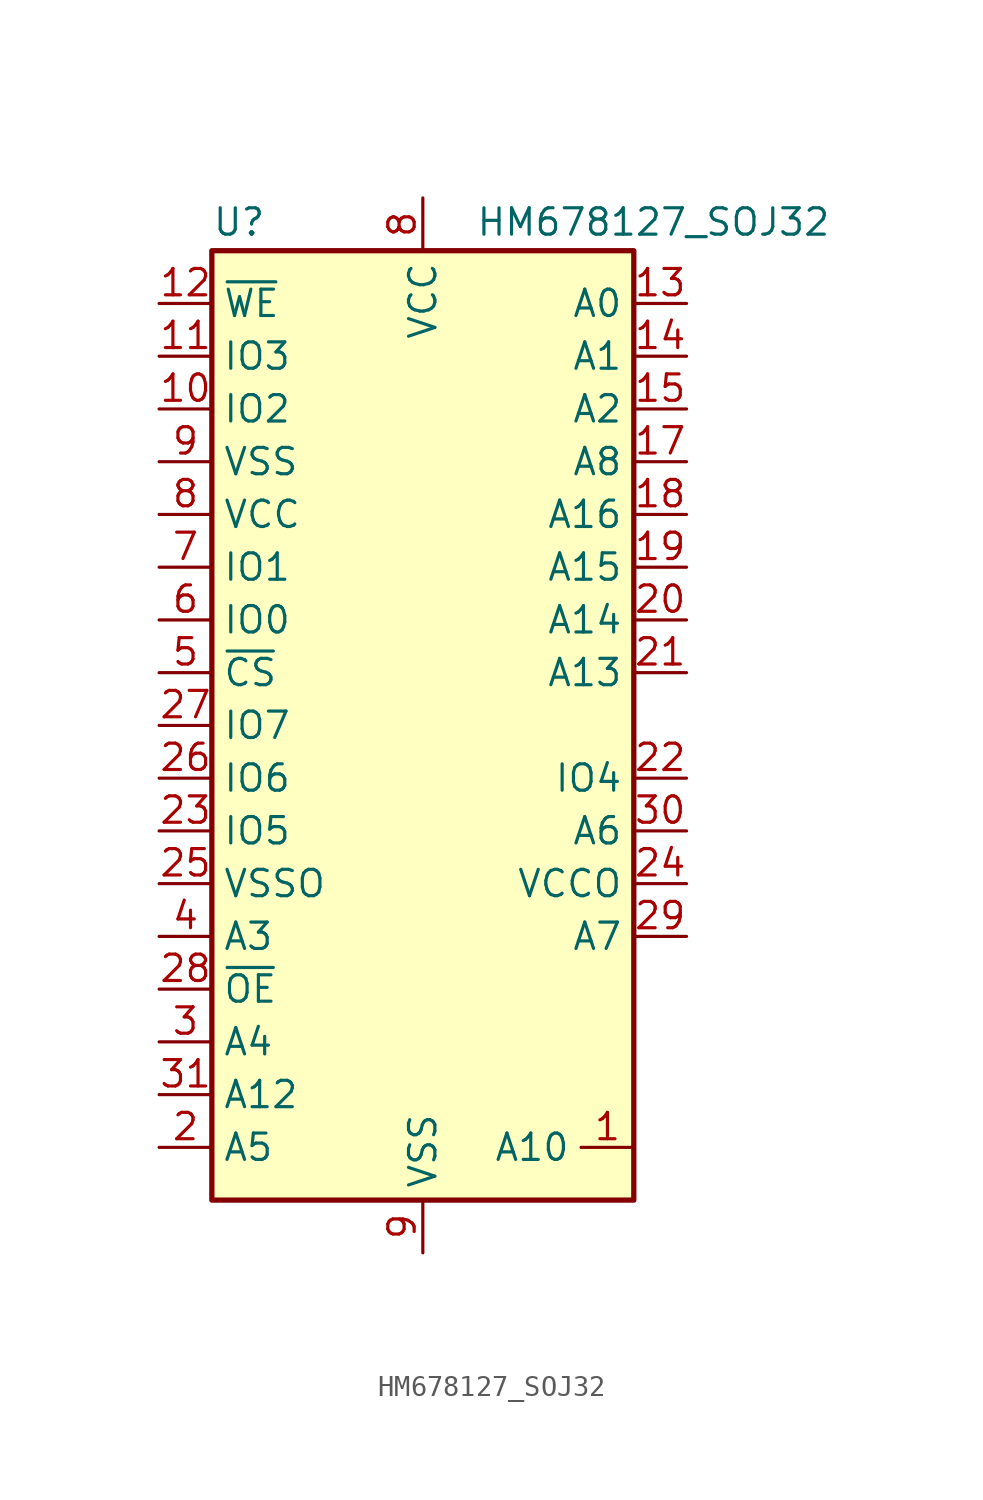
<source format=kicad_sym>
(kicad_symbol_lib
  (version 20220914)
  (generator kicad_symbol_editor)
  (symbol "HM678127_SOJ32"
    (property "Reference" "U"
      (at -10.16 23.495 0)
      (effects (font (size 1.27 1.27)) (justify left bottom)))
    (property "Value" "HM678127_SOJ32"
      (at 2.54 23.495 0)
      (effects (font (size 1.27 1.27)) (justify left bottom)))
    (symbol "HM678127_SOJ32_0_0"
      (pin power_in line (at 0 -25.4 90) (length 2.54) (name "VSS" (effects (font (size 1.27 1.27)))) (number "9" (effects (font (size 1.27 1.27)))))
      (pin power_in line (at 0 25.4 270) (length 2.54) (name "VCC" (effects (font (size 1.27 1.27)))) (number "8" (effects (font (size 1.27 1.27))))))
    (symbol "HM678127_SOJ32_0_1"
      (rectangle (start -10.16 22.86) (end 10.16 -22.86) (stroke (width 0.254) (type default)) (fill (type background))))
    (symbol "HM678127_SOJ32_1_1"
      (pin input line (at 10.16 -20.32 180) (length 2.54) (name "A10" (effects (font (size 1.27 1.27)))) (number "1" (effects (font (size 1.27 1.27)))))
      (pin tri_state line (at -12.7 15.24 0) (length 2.54) (name "IO2" (effects (font (size 1.27 1.27)))) (number "10" (effects (font (size 1.27 1.27)))))
      (pin tri_state line (at -12.7 17.78 0) (length 2.54) (name "IO3" (effects (font (size 1.27 1.27)))) (number "11" (effects (font (size 1.27 1.27)))))
      (pin input line (at -12.7 20.32 0) (length 2.54) (name "~{WE}" (effects (font (size 1.27 1.27)))) (number "12" (effects (font (size 1.27 1.27)))))
      (pin input line (at 12.7 20.32 180) (length 2.54) (name "A0" (effects (font (size 1.27 1.27)))) (number "13" (effects (font (size 1.27 1.27)))))
      (pin input line (at 12.7 17.78 180) (length 2.54) (name "A1" (effects (font (size 1.27 1.27)))) (number "14" (effects (font (size 1.27 1.27)))))
      (pin input line (at 12.7 15.24 180) (length 2.54) (name "A2" (effects (font (size 1.27 1.27)))) (number "15" (effects (font (size 1.27 1.27)))))
      (pin input line (at 12.7 12.7 180) (length 2.54) (name "A8" (effects (font (size 1.27 1.27)))) (number "17" (effects (font (size 1.27 1.27)))))
      (pin input line (at 12.7 10.16 180) (length 2.54) (name "A16" (effects (font (size 1.27 1.27)))) (number "18" (effects (font (size 1.27 1.27)))))
      (pin input line (at 12.7 7.62 180) (length 2.54) (name "A15" (effects (font (size 1.27 1.27)))) (number "19" (effects (font (size 1.27 1.27)))))
      (pin input line (at -12.7 -20.32 0) (length 2.54) (name "A5" (effects (font (size 1.27 1.27)))) (number "2" (effects (font (size 1.27 1.27)))))
      (pin input line (at 12.7 5.08 180) (length 2.54) (name "A14" (effects (font (size 1.27 1.27)))) (number "20" (effects (font (size 1.27 1.27)))))
      (pin input line (at 12.7 2.54 180) (length 2.54) (name "A13" (effects (font (size 1.27 1.27)))) (number "21" (effects (font (size 1.27 1.27)))))
      (pin tri_state line (at 12.7 -2.54 180) (length 2.54) (name "IO4" (effects (font (size 1.27 1.27)))) (number "22" (effects (font (size 1.27 1.27)))))
      (pin tri_state line (at -12.7 -5.08 0) (length 2.54) (name "IO5" (effects (font (size 1.27 1.27)))) (number "23" (effects (font (size 1.27 1.27)))))
      (pin input line (at 12.7 -7.62 180) (length 2.54) (name "VCCO" (effects (font (size 1.27 1.27)))) (number "24" (effects (font (size 1.27 1.27)))))
      (pin input line (at -12.7 -7.62 0) (length 2.54) (name "VSSO" (effects (font (size 1.27 1.27)))) (number "25" (effects (font (size 1.27 1.27)))))
      (pin tri_state line (at -12.7 -2.54 0) (length 2.54) (name "IO6" (effects (font (size 1.27 1.27)))) (number "26" (effects (font (size 1.27 1.27)))))
      (pin tri_state line (at -12.7 0 0) (length 2.54) (name "IO7" (effects (font (size 1.27 1.27)))) (number "27" (effects (font (size 1.27 1.27)))))
      (pin input line (at -12.7 -12.7 0) (length 2.54) (name "~{OE}" (effects (font (size 1.27 1.27)))) (number "28" (effects (font (size 1.27 1.27)))))
      (pin input line (at 12.7 -10.16 180) (length 2.54) (name "A7" (effects (font (size 1.27 1.27)))) (number "29" (effects (font (size 1.27 1.27)))))
      (pin input line (at -12.7 -15.24 0) (length 2.54) (name "A4" (effects (font (size 1.27 1.27)))) (number "3" (effects (font (size 1.27 1.27)))))
      (pin input line (at 12.7 -5.08 180) (length 2.54) (name "A6" (effects (font (size 1.27 1.27)))) (number "30" (effects (font (size 1.27 1.27)))))
      (pin input line (at -12.7 -17.78 0) (length 2.54) (name "A12" (effects (font (size 1.27 1.27)))) (number "31" (effects (font (size 1.27 1.27)))))
      (pin input line (at -12.7 -10.16 0) (length 2.54) (name "A3" (effects (font (size 1.27 1.27)))) (number "4" (effects (font (size 1.27 1.27)))))
      (pin input line (at -12.7 2.54 0) (length 2.54) (name "~{CS}" (effects (font (size 1.27 1.27)))) (number "5" (effects (font (size 1.27 1.27)))))
      (pin tri_state line (at -12.7 5.08 0) (length 2.54) (name "IO0" (effects (font (size 1.27 1.27)))) (number "6" (effects (font (size 1.27 1.27)))))
      (pin tri_state line (at -12.7 7.62 0) (length 2.54) (name "IO1" (effects (font (size 1.27 1.27)))) (number "7" (effects (font (size 1.27 1.27)))))
      (pin input line (at -12.7 10.16 0) (length 2.54) (name "VCC" (effects (font (size 1.27 1.27)))) (number "8" (effects (font (size 1.27 1.27)))))
      (pin input line (at -12.7 12.7 0) (length 2.54) (name "VSS" (effects (font (size 1.27 1.27)))) (number "9" (effects (font (size 1.27 1.27))))))))
</source>
